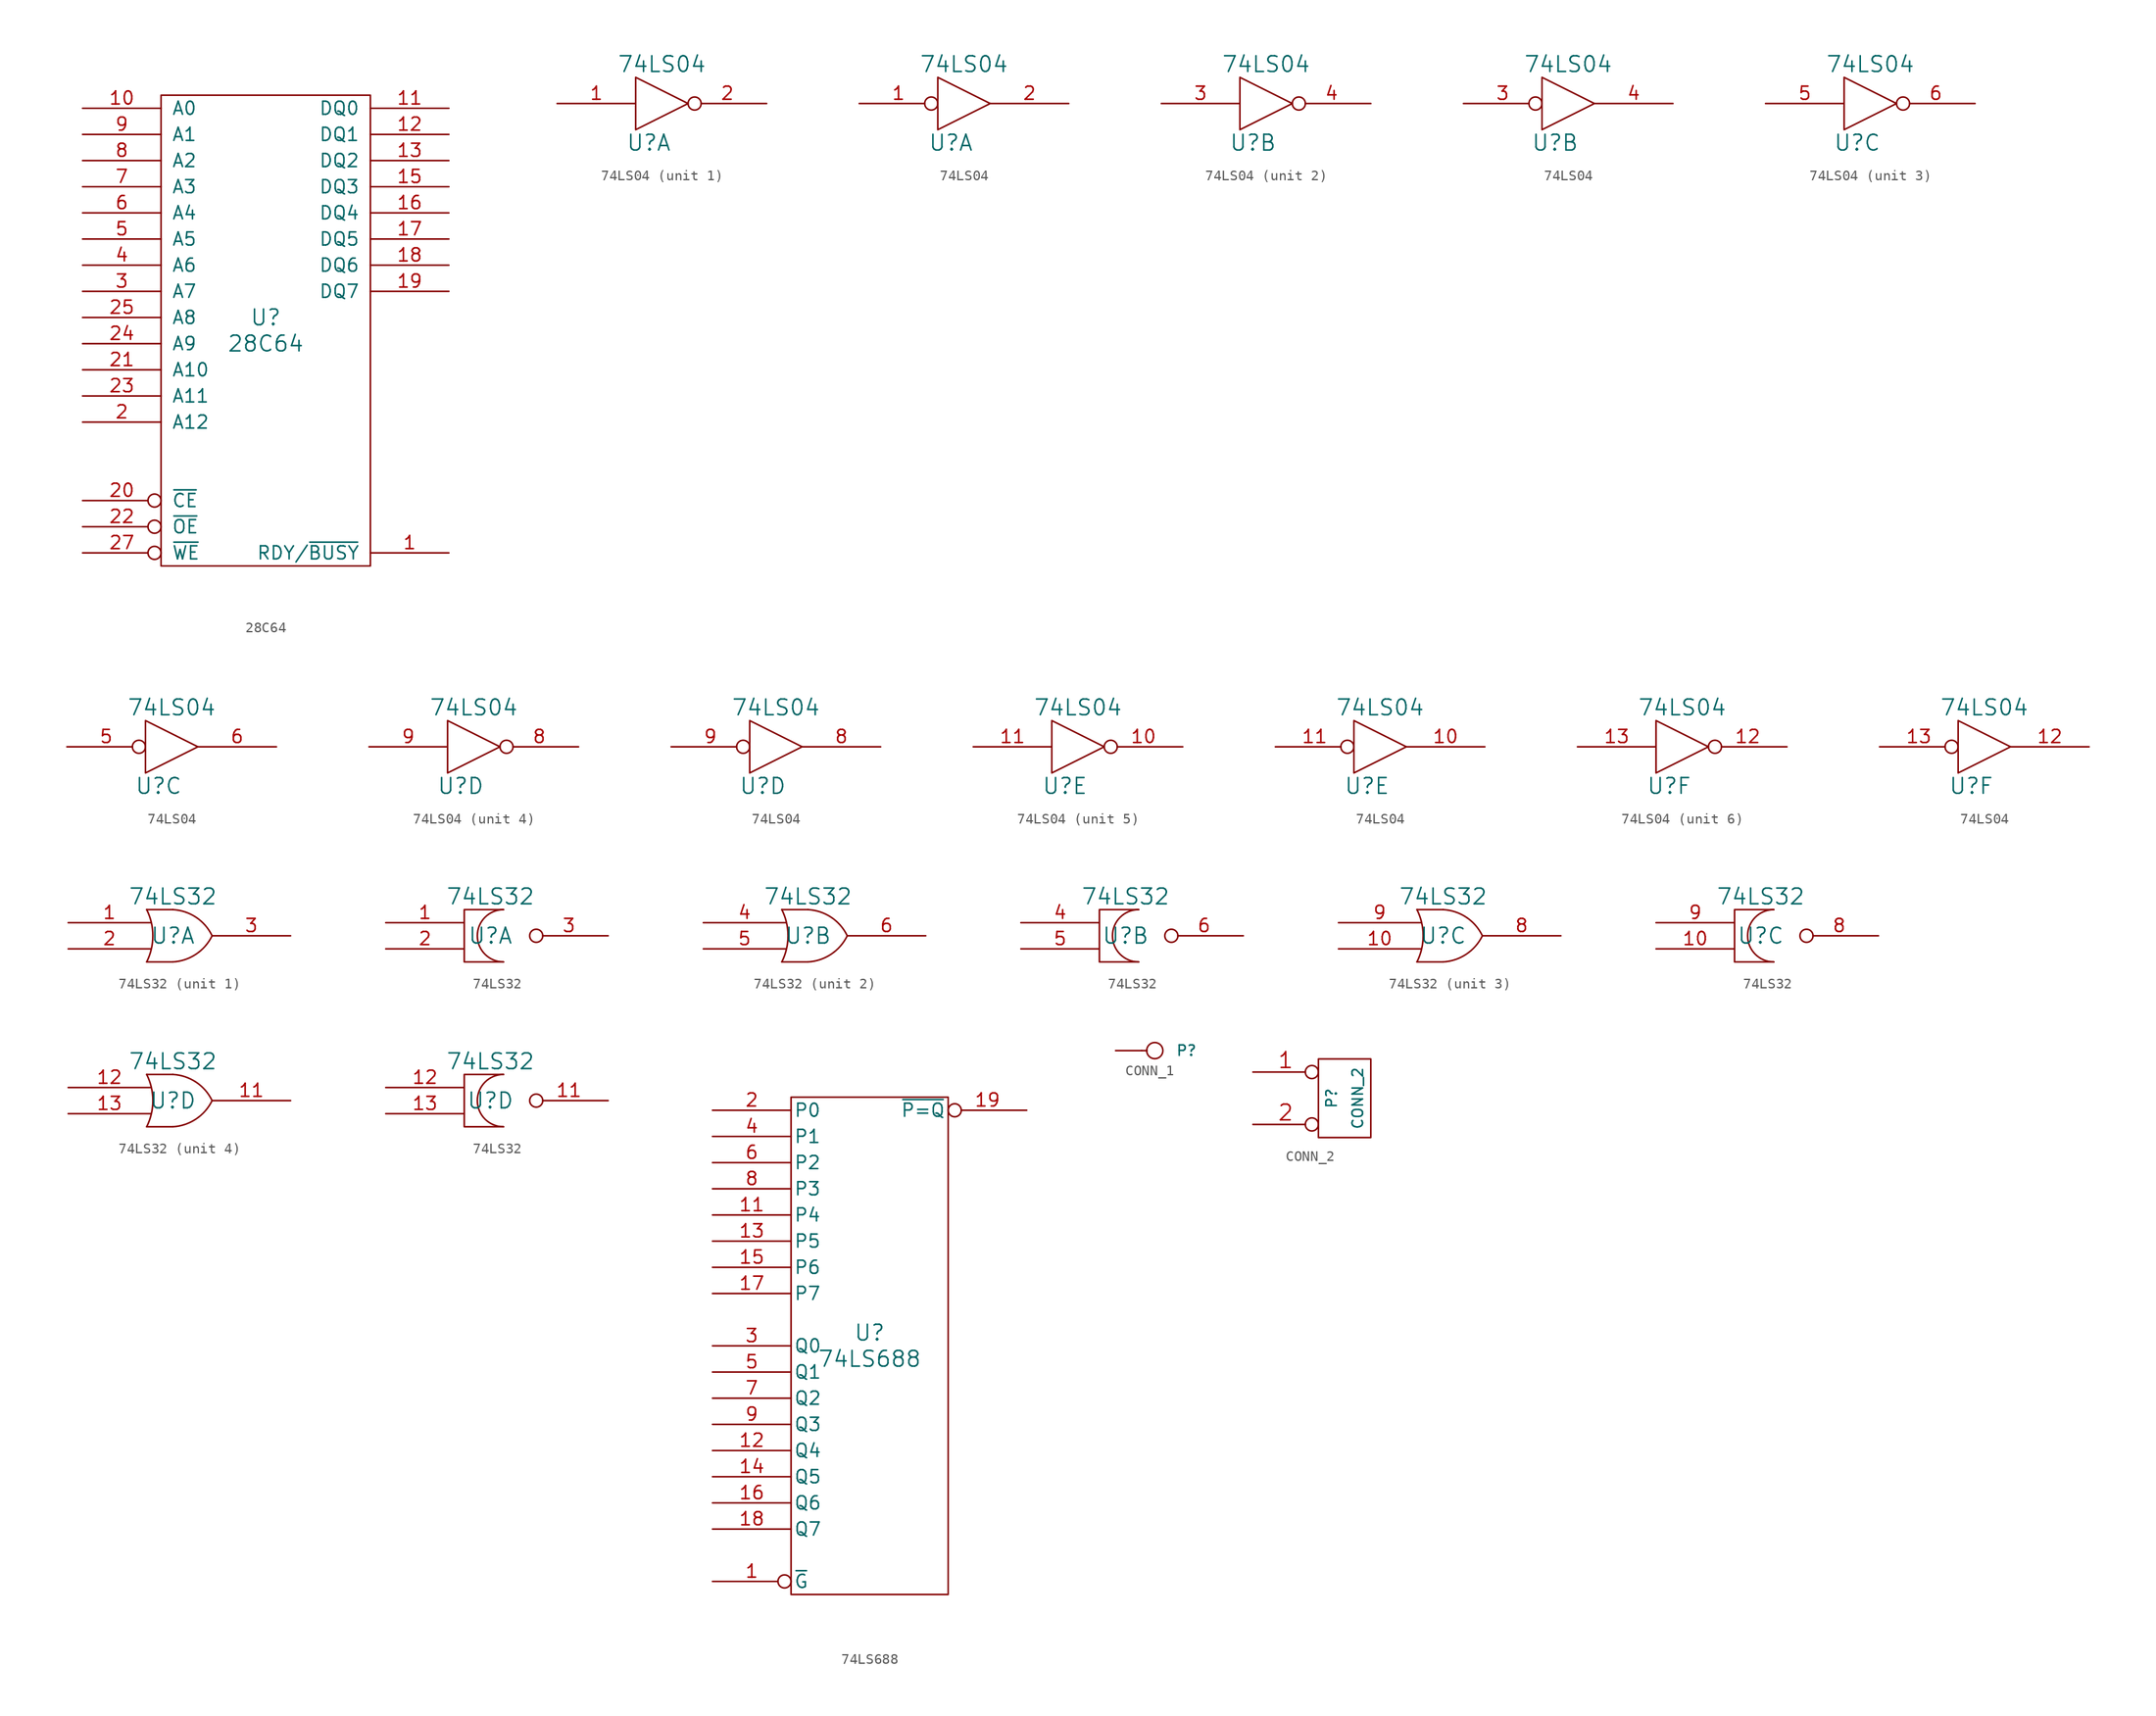
<source format=kicad_sym>
(kicad_symbol_lib
  (version 20220914)
  (generator kicad_symbol_editor)
  (symbol "28C64"
    (pin_names
      (offset 1.016))
    (property "Reference" "U"
      (at 0 1.27 0)
      (effects (font (size 1.524 1.524))))
    (property "Value" "28C64"
      (at 0 -1.27 0)
      (effects (font (size 1.524 1.524))))
    (symbol "28C64_0_1"
      (rectangle (start 10.16 -22.86) (end -10.16 22.86) (stroke (width 0) (type solid)) (fill (type none))))
    (symbol "28C64_1_1"
      (pin output line (at 17.78 -21.59 180) (length 7.62) (name "RDY/~{BUSY}" (effects (font (size 1.27 1.27)))) (number "1" (effects (font (size 1.27 1.27)))))
      (pin input line (at -17.78 21.59 0) (length 7.62) (name "A0" (effects (font (size 1.27 1.27)))) (number "10" (effects (font (size 1.27 1.27)))))
      (pin bidirectional line (at 17.78 21.59 180) (length 7.62) (name "DQ0" (effects (font (size 1.27 1.27)))) (number "11" (effects (font (size 1.27 1.27)))))
      (pin bidirectional line (at 17.78 19.05 180) (length 7.62) (name "DQ1" (effects (font (size 1.27 1.27)))) (number "12" (effects (font (size 1.27 1.27)))))
      (pin bidirectional line (at 17.78 16.51 180) (length 7.62) (name "DQ2" (effects (font (size 1.27 1.27)))) (number "13" (effects (font (size 1.27 1.27)))))
      (pin power_in line (at 0 -22.86 90) (length 0) hide (name "GND" (effects (font (size 1.27 1.27)))) (number "14" (effects (font (size 1.27 1.27)))))
      (pin bidirectional line (at 17.78 13.97 180) (length 7.62) (name "DQ3" (effects (font (size 1.27 1.27)))) (number "15" (effects (font (size 1.27 1.27)))))
      (pin bidirectional line (at 17.78 11.43 180) (length 7.62) (name "DQ4" (effects (font (size 1.27 1.27)))) (number "16" (effects (font (size 1.27 1.27)))))
      (pin bidirectional line (at 17.78 8.89 180) (length 7.62) (name "DQ5" (effects (font (size 1.27 1.27)))) (number "17" (effects (font (size 1.27 1.27)))))
      (pin bidirectional line (at 17.78 6.35 180) (length 7.62) (name "DQ6" (effects (font (size 1.27 1.27)))) (number "18" (effects (font (size 1.27 1.27)))))
      (pin bidirectional line (at 17.78 3.81 180) (length 7.62) (name "DQ7" (effects (font (size 1.27 1.27)))) (number "19" (effects (font (size 1.27 1.27)))))
      (pin input line (at -17.78 -8.89 0) (length 7.62) (name "A12" (effects (font (size 1.27 1.27)))) (number "2" (effects (font (size 1.27 1.27)))))
      (pin input inverted (at -17.78 -16.51 0) (length 7.62) (name "~{CE}" (effects (font (size 1.27 1.27)))) (number "20" (effects (font (size 1.27 1.27)))))
      (pin input line (at -17.78 -3.81 0) (length 7.62) (name "A10" (effects (font (size 1.27 1.27)))) (number "21" (effects (font (size 1.27 1.27)))))
      (pin input inverted (at -17.78 -19.05 0) (length 7.62) (name "~{OE}" (effects (font (size 1.27 1.27)))) (number "22" (effects (font (size 1.27 1.27)))))
      (pin input line (at -17.78 -6.35 0) (length 7.62) (name "A11" (effects (font (size 1.27 1.27)))) (number "23" (effects (font (size 1.27 1.27)))))
      (pin input line (at -17.78 -1.27 0) (length 7.62) (name "A9" (effects (font (size 1.27 1.27)))) (number "24" (effects (font (size 1.27 1.27)))))
      (pin input line (at -17.78 1.27 0) (length 7.62) (name "A8" (effects (font (size 1.27 1.27)))) (number "25" (effects (font (size 1.27 1.27)))))
      (pin no_connect line (at 10.16 -19.05 180) (length 0) hide (name "NC" (effects (font (size 1.27 1.27)))) (number "26" (effects (font (size 1.27 1.27)))))
      (pin input inverted (at -17.78 -21.59 0) (length 7.62) (name "~{WE}" (effects (font (size 1.27 1.27)))) (number "27" (effects (font (size 1.27 1.27)))))
      (pin power_in line (at 0 22.86 270) (length 0) hide (name "VCC" (effects (font (size 1.27 1.27)))) (number "28" (effects (font (size 1.27 1.27)))))
      (pin input line (at -17.78 3.81 0) (length 7.62) (name "A7" (effects (font (size 1.27 1.27)))) (number "3" (effects (font (size 1.27 1.27)))))
      (pin input line (at -17.78 6.35 0) (length 7.62) (name "A6" (effects (font (size 1.27 1.27)))) (number "4" (effects (font (size 1.27 1.27)))))
      (pin input line (at -17.78 8.89 0) (length 7.62) (name "A5" (effects (font (size 1.27 1.27)))) (number "5" (effects (font (size 1.27 1.27)))))
      (pin input line (at -17.78 11.43 0) (length 7.62) (name "A4" (effects (font (size 1.27 1.27)))) (number "6" (effects (font (size 1.27 1.27)))))
      (pin input line (at -17.78 13.97 0) (length 7.62) (name "A3" (effects (font (size 1.27 1.27)))) (number "7" (effects (font (size 1.27 1.27)))))
      (pin input line (at -17.78 16.51 0) (length 7.62) (name "A2" (effects (font (size 1.27 1.27)))) (number "8" (effects (font (size 1.27 1.27)))))
      (pin input line (at -17.78 19.05 0) (length 7.62) (name "A1" (effects (font (size 1.27 1.27)))) (number "9" (effects (font (size 1.27 1.27)))))))
  (symbol "74LS04"
    (pin_names
      (offset 0.762))
    (property "Reference" "U"
      (at -1.27 -3.81 0)
      (effects (font (size 1.524 1.524))))
    (property "Value" "74LS04"
      (at 0 3.81 0)
      (effects (font (size 1.524 1.524))))
    (symbol "74LS04_0_0"
      (pin power_in line (at -2.54 2.54 90) (length 0) hide (name "VCC" (effects (font (size 1.016 1.016)))) (number "14" (effects (font (size 1.016 1.016)))))
      (pin power_in line (at -2.54 -2.54 90) (length 0) hide (name "GND" (effects (font (size 1.016 1.016)))) (number "7" (effects (font (size 1.016 1.016))))))
    (symbol "74LS04_0_1"
      (polyline (pts (xy -2.54 2.54) (xy -2.54 -2.54) (xy 2.54 0) (xy -2.54 2.54) (xy -2.54 2.54)) (stroke (width 0) (type solid)) (fill (type none))))
    (symbol "74LS04_0_2"
      (polyline (pts (xy -2.54 -2.54) (xy -2.54 2.54) (xy 2.54 0) (xy -2.54 -2.54) (xy -2.54 -2.54)) (stroke (width 0) (type solid)) (fill (type none))))
    (symbol "74LS04_1_1"
      (pin input line (at -10.16 0 0) (length 7.62) (name "~" (effects (font (size 1.27 1.27)))) (number "1" (effects (font (size 1.27 1.27)))))
      (pin output inverted (at 10.16 0 180) (length 7.62) (name "~" (effects (font (size 1.27 1.27)))) (number "2" (effects (font (size 1.27 1.27))))))
    (symbol "74LS04_1_2"
      (pin input inverted (at -10.16 0 0) (length 7.62) (name "~" (effects (font (size 1.27 1.27)))) (number "1" (effects (font (size 1.27 1.27)))))
      (pin output line (at 10.16 0 180) (length 7.62) (name "~" (effects (font (size 1.27 1.27)))) (number "2" (effects (font (size 1.27 1.27))))))
    (symbol "74LS04_2_1"
      (pin input line (at -10.16 0 0) (length 7.62) (name "~" (effects (font (size 1.27 1.27)))) (number "3" (effects (font (size 1.27 1.27)))))
      (pin output inverted (at 10.16 0 180) (length 7.62) (name "~" (effects (font (size 1.27 1.27)))) (number "4" (effects (font (size 1.27 1.27))))))
    (symbol "74LS04_2_2"
      (pin input inverted (at -10.16 0 0) (length 7.62) (name "~" (effects (font (size 1.27 1.27)))) (number "3" (effects (font (size 1.27 1.27)))))
      (pin output line (at 10.16 0 180) (length 7.62) (name "~" (effects (font (size 1.27 1.27)))) (number "4" (effects (font (size 1.27 1.27))))))
    (symbol "74LS04_3_1"
      (pin input line (at -10.16 0 0) (length 7.62) (name "~" (effects (font (size 1.27 1.27)))) (number "5" (effects (font (size 1.27 1.27)))))
      (pin output inverted (at 10.16 0 180) (length 7.62) (name "~" (effects (font (size 1.27 1.27)))) (number "6" (effects (font (size 1.27 1.27))))))
    (symbol "74LS04_3_2"
      (pin input inverted (at -10.16 0 0) (length 7.62) (name "~" (effects (font (size 1.27 1.27)))) (number "5" (effects (font (size 1.27 1.27)))))
      (pin output line (at 10.16 0 180) (length 7.62) (name "~" (effects (font (size 1.27 1.27)))) (number "6" (effects (font (size 1.27 1.27))))))
    (symbol "74LS04_4_1"
      (pin output inverted (at 10.16 0 180) (length 7.62) (name "~" (effects (font (size 1.27 1.27)))) (number "8" (effects (font (size 1.27 1.27)))))
      (pin input line (at -10.16 0 0) (length 7.62) (name "~" (effects (font (size 1.27 1.27)))) (number "9" (effects (font (size 1.27 1.27))))))
    (symbol "74LS04_4_2"
      (pin output line (at 10.16 0 180) (length 7.62) (name "~" (effects (font (size 1.27 1.27)))) (number "8" (effects (font (size 1.27 1.27)))))
      (pin input inverted (at -10.16 0 0) (length 7.62) (name "~" (effects (font (size 1.27 1.27)))) (number "9" (effects (font (size 1.27 1.27))))))
    (symbol "74LS04_5_1"
      (pin output inverted (at 10.16 0 180) (length 7.62) (name "~" (effects (font (size 1.27 1.27)))) (number "10" (effects (font (size 1.27 1.27)))))
      (pin input line (at -10.16 0 0) (length 7.62) (name "~" (effects (font (size 1.27 1.27)))) (number "11" (effects (font (size 1.27 1.27))))))
    (symbol "74LS04_5_2"
      (pin output line (at 10.16 0 180) (length 7.62) (name "~" (effects (font (size 1.27 1.27)))) (number "10" (effects (font (size 1.27 1.27)))))
      (pin input inverted (at -10.16 0 0) (length 7.62) (name "~" (effects (font (size 1.27 1.27)))) (number "11" (effects (font (size 1.27 1.27))))))
    (symbol "74LS04_6_1"
      (pin output inverted (at 10.16 0 180) (length 7.62) (name "~" (effects (font (size 1.27 1.27)))) (number "12" (effects (font (size 1.27 1.27)))))
      (pin input line (at -10.16 0 0) (length 7.62) (name "~" (effects (font (size 1.27 1.27)))) (number "13" (effects (font (size 1.27 1.27))))))
    (symbol "74LS04_6_2"
      (pin output line (at 10.16 0 180) (length 7.62) (name "~" (effects (font (size 1.27 1.27)))) (number "12" (effects (font (size 1.27 1.27)))))
      (pin input inverted (at -10.16 0 0) (length 7.62) (name "~" (effects (font (size 1.27 1.27)))) (number "13" (effects (font (size 1.27 1.27)))))))
  (symbol "74LS32"
    (pin_names
      (offset 0.762))
    (property "Reference" "U"
      (at 0 0 0)
      (effects (font (size 1.524 1.524))))
    (property "Value" "74LS32"
      (at 0 3.81 0)
      (effects (font (size 1.524 1.524))))
    (symbol "74LS32_0_0"
      (pin power_in line (at -1.27 2.54 90) (length 0) hide (name "VCC" (effects (font (size 1.016 1.016)))) (number "14" (effects (font (size 1.016 1.016)))))
      (pin power_in line (at -1.27 -2.54 90) (length 0) hide (name "GND" (effects (font (size 1.016 1.016)))) (number "7" (effects (font (size 1.016 1.016))))))
    (symbol "74LS32_0_1"
      (arc (start -2.54 -2.54) (mid -1.9404 0) (end -2.54 2.54) (stroke (width 0) (type solid)) (fill (type none)))
      (arc (start 0 -2.54) (mid 2.2488 -1.7875) (end 3.81 0) (stroke (width 0) (type solid)) (fill (type none)))
      (polyline (pts (xy -2.54 -2.54) (xy 0 -2.54)) (stroke (width 0) (type solid)) (fill (type none)))
      (polyline (pts (xy -2.54 2.54) (xy 0 2.54)) (stroke (width 0) (type solid)) (fill (type none)))
      (arc (start 3.81 0) (mid 2.2528 1.7935) (end 0 2.54) (stroke (width 0) (type solid)) (fill (type none))))
    (symbol "74LS32_0_2"
      (polyline (pts (xy 1.27 2.54) (xy -2.54 2.54) (xy -2.54 -2.54) (xy 1.27 -2.54)) (stroke (width 0) (type solid)) (fill (type none)))
      (arc (start 1.27 2.54) (mid -1.27 0) (end 1.27 -2.54) (stroke (width 0) (type solid)) (fill (type none))))
    (symbol "74LS32_1_1"
      (pin input line (at -10.16 1.27 0) (length 8.001) (name "~" (effects (font (size 1.27 1.27)))) (number "1" (effects (font (size 1.27 1.27)))))
      (pin input line (at -10.16 -1.27 0) (length 8.001) (name "~" (effects (font (size 1.27 1.27)))) (number "2" (effects (font (size 1.27 1.27)))))
      (pin output line (at 11.43 0 180) (length 7.62) (name "~" (effects (font (size 1.27 1.27)))) (number "3" (effects (font (size 1.27 1.27))))))
    (symbol "74LS32_1_2"
      (pin input line (at -10.16 1.27 0) (length 7.62) (name "~" (effects (font (size 1.27 1.27)))) (number "1" (effects (font (size 1.27 1.27)))))
      (pin input line (at -10.16 -1.27 0) (length 7.62) (name "~" (effects (font (size 1.27 1.27)))) (number "2" (effects (font (size 1.27 1.27)))))
      (pin output inverted (at 11.43 0 180) (length 7.62) (name "~" (effects (font (size 1.27 1.27)))) (number "3" (effects (font (size 1.27 1.27))))))
    (symbol "74LS32_2_1"
      (pin input line (at -10.16 1.27 0) (length 8.001) (name "~" (effects (font (size 1.27 1.27)))) (number "4" (effects (font (size 1.27 1.27)))))
      (pin input line (at -10.16 -1.27 0) (length 8.001) (name "~" (effects (font (size 1.27 1.27)))) (number "5" (effects (font (size 1.27 1.27)))))
      (pin output line (at 11.43 0 180) (length 7.62) (name "~" (effects (font (size 1.27 1.27)))) (number "6" (effects (font (size 1.27 1.27))))))
    (symbol "74LS32_2_2"
      (pin input line (at -10.16 1.27 0) (length 7.62) (name "~" (effects (font (size 1.27 1.27)))) (number "4" (effects (font (size 1.27 1.27)))))
      (pin input line (at -10.16 -1.27 0) (length 7.62) (name "~" (effects (font (size 1.27 1.27)))) (number "5" (effects (font (size 1.27 1.27)))))
      (pin output inverted (at 11.43 0 180) (length 7.62) (name "~" (effects (font (size 1.27 1.27)))) (number "6" (effects (font (size 1.27 1.27))))))
    (symbol "74LS32_3_1"
      (pin input line (at -10.16 -1.27 0) (length 8.001) (name "~" (effects (font (size 1.27 1.27)))) (number "10" (effects (font (size 1.27 1.27)))))
      (pin output line (at 11.43 0 180) (length 7.62) (name "~" (effects (font (size 1.27 1.27)))) (number "8" (effects (font (size 1.27 1.27)))))
      (pin input line (at -10.16 1.27 0) (length 8.001) (name "~" (effects (font (size 1.27 1.27)))) (number "9" (effects (font (size 1.27 1.27))))))
    (symbol "74LS32_3_2"
      (pin input line (at -10.16 -1.27 0) (length 7.62) (name "~" (effects (font (size 1.27 1.27)))) (number "10" (effects (font (size 1.27 1.27)))))
      (pin output inverted (at 11.43 0 180) (length 7.62) (name "~" (effects (font (size 1.27 1.27)))) (number "8" (effects (font (size 1.27 1.27)))))
      (pin input line (at -10.16 1.27 0) (length 7.62) (name "~" (effects (font (size 1.27 1.27)))) (number "9" (effects (font (size 1.27 1.27))))))
    (symbol "74LS32_4_1"
      (pin output line (at 11.43 0 180) (length 7.62) (name "~" (effects (font (size 1.27 1.27)))) (number "11" (effects (font (size 1.27 1.27)))))
      (pin input line (at -10.16 1.27 0) (length 8.001) (name "~" (effects (font (size 1.27 1.27)))) (number "12" (effects (font (size 1.27 1.27)))))
      (pin input line (at -10.16 -1.27 0) (length 8.001) (name "~" (effects (font (size 1.27 1.27)))) (number "13" (effects (font (size 1.27 1.27))))))
    (symbol "74LS32_4_2"
      (pin output inverted (at 11.43 0 180) (length 7.62) (name "~" (effects (font (size 1.27 1.27)))) (number "11" (effects (font (size 1.27 1.27)))))
      (pin input line (at -10.16 1.27 0) (length 7.62) (name "~" (effects (font (size 1.27 1.27)))) (number "12" (effects (font (size 1.27 1.27)))))
      (pin input line (at -10.16 -1.27 0) (length 7.62) (name "~" (effects (font (size 1.27 1.27)))) (number "13" (effects (font (size 1.27 1.27)))))))
  (symbol "74LS688"
    (pin_names
      (offset 0.254))
    (property "Reference" "U"
      (at 0 1.27 0)
      (effects (font (size 1.524 1.524))))
    (property "Value" "74LS688"
      (at 0 -1.27 0)
      (effects (font (size 1.524 1.524))))
    (symbol "74LS688_0_0"
      (pin power_in line (at 0 -24.13 90) (length 0) hide (name "GND" (effects (font (size 1.27 1.27)))) (number "10" (effects (font (size 1.27 1.27))))))
    (symbol "74LS688_0_1"
      (rectangle (start -7.62 24.13) (end 7.62 -24.13) (stroke (width 0) (type solid)) (fill (type none)))
      (pin power_in line (at 0 24.13 270) (length 0) hide (name "VCC" (effects (font (size 1.27 1.27)))) (number "20" (effects (font (size 1.27 1.27))))))
    (symbol "74LS688_1_1"
      (pin input inverted (at -15.24 -22.86 0) (length 7.62) (name "~{G}" (effects (font (size 1.27 1.27)))) (number "1" (effects (font (size 1.27 1.27)))))
      (pin input line (at -15.24 12.7 0) (length 7.62) (name "P4" (effects (font (size 1.27 1.27)))) (number "11" (effects (font (size 1.27 1.27)))))
      (pin input line (at -15.24 -10.16 0) (length 7.62) (name "Q4" (effects (font (size 1.27 1.27)))) (number "12" (effects (font (size 1.27 1.27)))))
      (pin input line (at -15.24 10.16 0) (length 7.62) (name "P5" (effects (font (size 1.27 1.27)))) (number "13" (effects (font (size 1.27 1.27)))))
      (pin input line (at -15.24 -12.7 0) (length 7.62) (name "Q5" (effects (font (size 1.27 1.27)))) (number "14" (effects (font (size 1.27 1.27)))))
      (pin input line (at -15.24 7.62 0) (length 7.62) (name "P6" (effects (font (size 1.27 1.27)))) (number "15" (effects (font (size 1.27 1.27)))))
      (pin input line (at -15.24 -15.24 0) (length 7.62) (name "Q6" (effects (font (size 1.27 1.27)))) (number "16" (effects (font (size 1.27 1.27)))))
      (pin input line (at -15.24 5.08 0) (length 7.62) (name "P7" (effects (font (size 1.27 1.27)))) (number "17" (effects (font (size 1.27 1.27)))))
      (pin input line (at -15.24 -17.78 0) (length 7.62) (name "Q7" (effects (font (size 1.27 1.27)))) (number "18" (effects (font (size 1.27 1.27)))))
      (pin output inverted (at 15.24 22.86 180) (length 7.62) (name "~{P=Q}" (effects (font (size 1.27 1.27)))) (number "19" (effects (font (size 1.27 1.27)))))
      (pin input line (at -15.24 22.86 0) (length 7.62) (name "P0" (effects (font (size 1.27 1.27)))) (number "2" (effects (font (size 1.27 1.27)))))
      (pin input line (at -15.24 0 0) (length 7.62) (name "Q0" (effects (font (size 1.27 1.27)))) (number "3" (effects (font (size 1.27 1.27)))))
      (pin input line (at -15.24 20.32 0) (length 7.62) (name "P1" (effects (font (size 1.27 1.27)))) (number "4" (effects (font (size 1.27 1.27)))))
      (pin input line (at -15.24 -2.54 0) (length 7.62) (name "Q1" (effects (font (size 1.27 1.27)))) (number "5" (effects (font (size 1.27 1.27)))))
      (pin input line (at -15.24 17.78 0) (length 7.62) (name "P2" (effects (font (size 1.27 1.27)))) (number "6" (effects (font (size 1.27 1.27)))))
      (pin input line (at -15.24 -5.08 0) (length 7.62) (name "Q2" (effects (font (size 1.27 1.27)))) (number "7" (effects (font (size 1.27 1.27)))))
      (pin input line (at -15.24 15.24 0) (length 7.62) (name "P3" (effects (font (size 1.27 1.27)))) (number "8" (effects (font (size 1.27 1.27)))))
      (pin input line (at -15.24 -7.62 0) (length 7.62) (name "Q3" (effects (font (size 1.27 1.27)))) (number "9" (effects (font (size 1.27 1.27)))))))
  (symbol "CONN_1"
    (pin_numbers hide)
    (pin_names
      (offset 0.762) hide)
    (property "Reference" "P"
      (at 2.032 0 0)
      (effects (font (size 1.016 1.016)) (justify left)))
    (symbol "CONN_1_0_1"
      (polyline (pts (xy -0.762 0) (xy -1.27 0)) (stroke (width 0) (type solid)) (fill (type none)))
      (circle (center 0 0) (radius 0.787) (stroke (width 0) (type solid)) (fill (type none))))
    (symbol "CONN_1_1_1"
      (pin passive line (at -3.81 0 0) (length 2.54) (name "1" (effects (font (size 1.524 1.524)))) (number "1" (effects (font (size 1.524 1.524)))))))
  (symbol "CONN_2"
    (pin_names
      (offset 1.016) hide)
    (property "Reference" "P"
      (at -1.27 0 90)
      (effects (font (size 1.016 1.016))))
    (property "Value" "CONN_2"
      (at 1.27 0 90)
      (effects (font (size 1.016 1.016))))
    (symbol "CONN_2_0_1"
      (rectangle (start -2.54 3.81) (end 2.54 -3.81) (stroke (width 0) (type solid)) (fill (type none))))
    (symbol "CONN_2_1_1"
      (pin passive inverted (at -8.89 2.54 0) (length 6.35) (name "P1" (effects (font (size 1.524 1.524)))) (number "1" (effects (font (size 1.524 1.524)))))
      (pin passive inverted (at -8.89 -2.54 0) (length 6.35) (name "PM" (effects (font (size 1.524 1.524)))) (number "2" (effects (font (size 1.524 1.524))))))))
</source>
